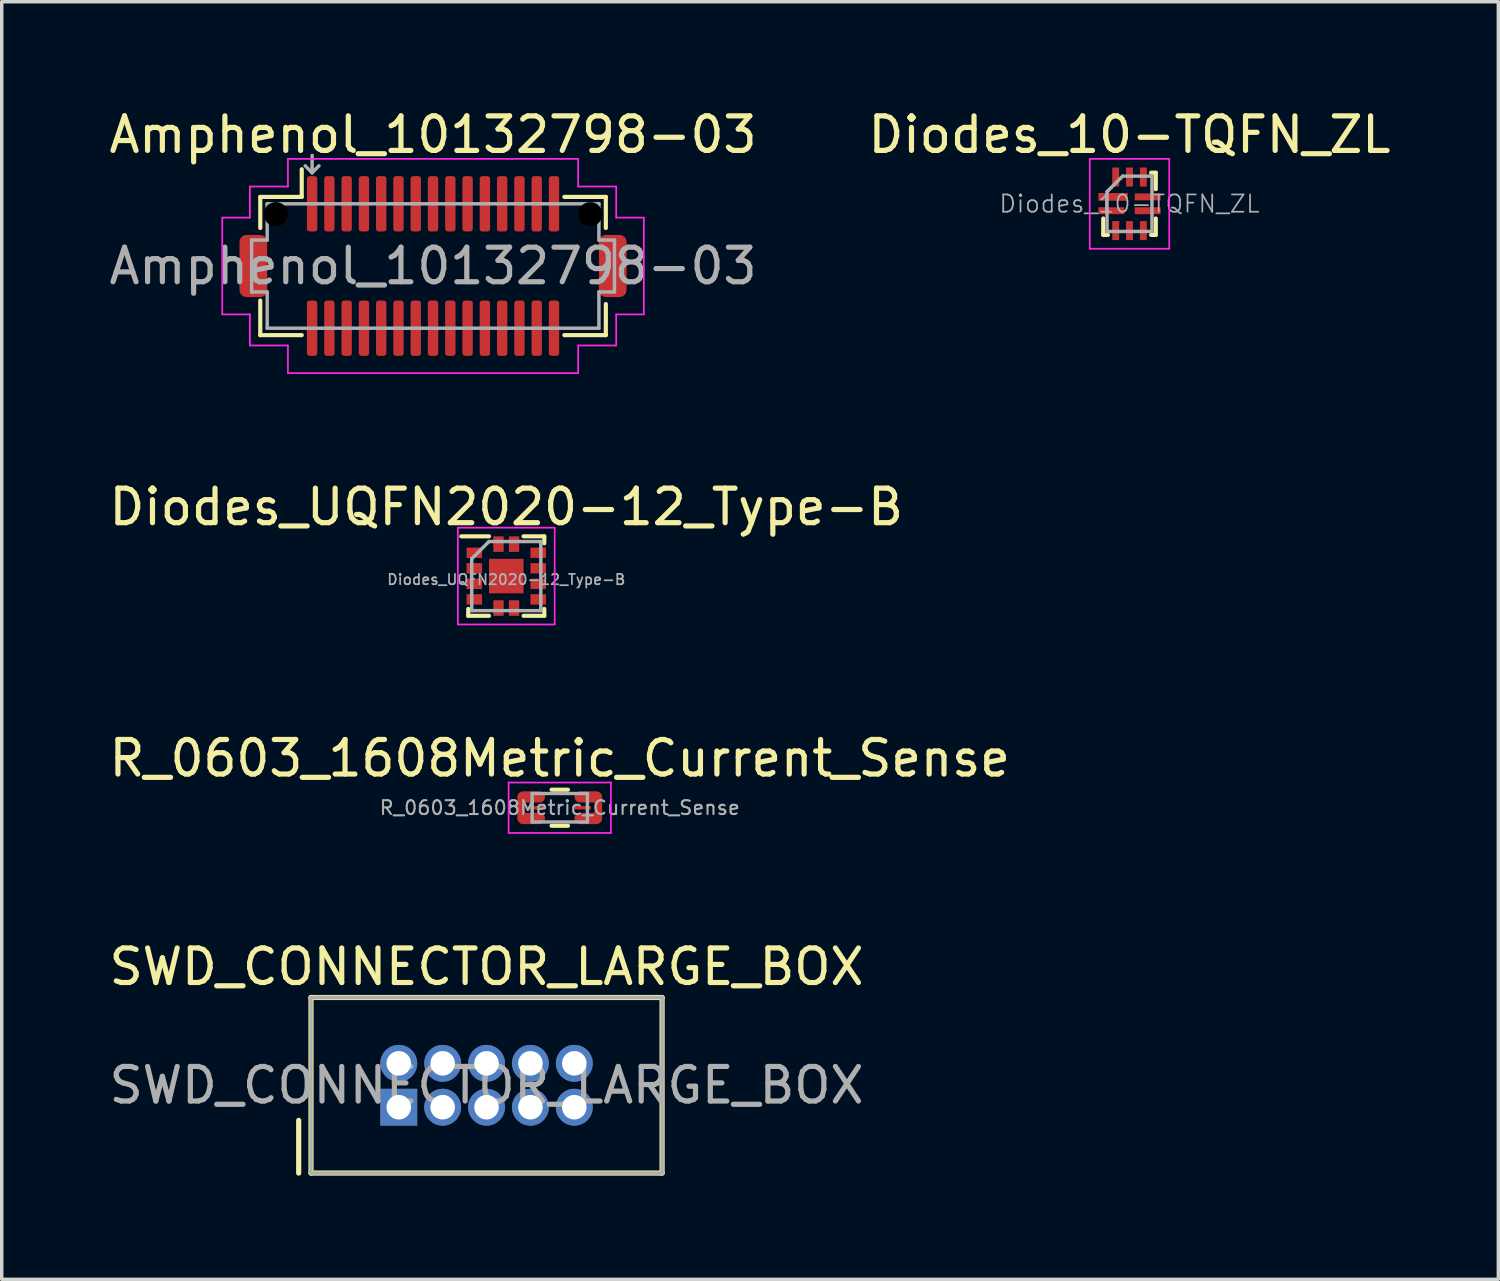
<source format=kicad_pcb>
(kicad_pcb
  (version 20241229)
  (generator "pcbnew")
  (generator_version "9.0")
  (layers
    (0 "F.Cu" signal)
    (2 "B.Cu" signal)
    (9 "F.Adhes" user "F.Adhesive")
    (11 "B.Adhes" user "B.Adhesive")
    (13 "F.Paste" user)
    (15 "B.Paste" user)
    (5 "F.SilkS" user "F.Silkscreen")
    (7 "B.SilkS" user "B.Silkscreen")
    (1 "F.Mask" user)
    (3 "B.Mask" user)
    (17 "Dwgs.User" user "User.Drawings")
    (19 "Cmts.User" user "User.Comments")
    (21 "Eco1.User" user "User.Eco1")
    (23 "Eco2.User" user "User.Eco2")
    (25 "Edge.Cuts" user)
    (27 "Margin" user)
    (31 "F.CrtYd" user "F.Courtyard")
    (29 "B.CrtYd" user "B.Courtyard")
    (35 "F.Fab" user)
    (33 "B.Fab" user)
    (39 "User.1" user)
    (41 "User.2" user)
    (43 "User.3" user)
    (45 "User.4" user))
  (footprint "SWD_CONNECTOR_LARGE_BOX"
    (layer "F.Cu")
    (at 11.03 28.357)
    (property "Reference" "SWD_CONNECTOR_LARGE_BOX" (at 0 -3.429 0) (layer "F.SilkS") (effects (font (size 1 1) (thickness 0.15))))
    (attr through_hole)
    (fp_line (start -5.436 2.54) (end -5.436 1.016) (stroke (width 0.15) (type solid)) (layer "F.SilkS"))
    (fp_line (start -5.08 -2.54) (end -5.08 2.54) (stroke (width 0.15) (type solid)) (layer "F.SilkS"))
    (fp_line (start -5.08 2.54) (end 5.08 2.54) (stroke (width 0.15) (type solid)) (layer "F.SilkS"))
    (fp_line (start 5.08 -2.54) (end -5.08 -2.54) (stroke (width 0.15) (type solid)) (layer "F.SilkS"))
    (fp_line (start 5.08 -2.54) (end 5.08 2.54) (stroke (width 0.15) (type solid)) (layer "F.SilkS"))
    (fp_line (start -5.08 -2.54) (end 5.08 -2.54) (stroke (width 0.1) (type solid)) (layer "F.Fab"))
    (fp_line (start -5.08 2.54) (end -5.08 -2.54) (stroke (width 0.1) (type solid)) (layer "F.Fab"))
    (fp_line (start 5.08 -2.54) (end 5.08 2.54) (stroke (width 0.1) (type solid)) (layer "F.Fab"))
    (fp_line (start 5.08 2.54) (end -5.08 2.54) (stroke (width 0.1) (type solid)) (layer "F.Fab"))
    (fp_text user "${REFERENCE}" (at 0 0 0) (layer "F.Fab") (effects (font (size 1 1) (thickness 0.15))))
    (pad "1" thru_hole rect (at -2.54 0.635) (size 1.067 1.067) (drill 0.711) (layers "*.Cu" "*.Mask"))
    (pad "2" thru_hole circle (at -2.54 -0.635) (size 1.067 1.067) (drill 0.711) (layers "*.Cu" "*.Mask"))
    (pad "3" thru_hole circle (at -1.27 0.635) (size 1.067 1.067) (drill 0.711) (layers "*.Cu" "*.Mask"))
    (pad "4" thru_hole circle (at -1.27 -0.635) (size 1.067 1.067) (drill 0.711) (layers "*.Cu" "*.Mask"))
    (pad "5" thru_hole circle (at 0 0.635) (size 1.067 1.067) (drill 0.711) (layers "*.Cu" "*.Mask"))
    (pad "6" thru_hole circle (at 0 -0.635) (size 1.067 1.067) (drill 0.711) (layers "*.Cu" "*.Mask"))
    (pad "7" thru_hole circle (at 1.27 0.635) (size 1.067 1.067) (drill 0.711) (layers "*.Cu" "*.Mask"))
    (pad "8" thru_hole circle (at 1.27 -0.635) (size 1.067 1.067) (drill 0.711) (layers "*.Cu" "*.Mask"))
    (pad "9" thru_hole circle (at 2.54 0.635) (size 1.067 1.067) (drill 0.711) (layers "*.Cu" "*.Mask"))
    (pad "10" thru_hole circle (at 2.54 -0.635) (size 1.067 1.067) (drill 0.711) (layers "*.Cu" "*.Mask")))
  (footprint "R_0603_1608Metric_Current_Sense"
    (layer "F.Cu")
    (at 13.149 20.325)
    (property "Reference" "R_0603_1608Metric_Current_Sense" (at 0 -1.43 0) (layer "F.SilkS") (effects (font (size 1 1) (thickness 0.15))))
    (attr smd)
    (fp_line (start -0.237 -0.522) (end 0.237 -0.522) (stroke (width 0.12) (type solid)) (layer "F.SilkS"))
    (fp_line (start -0.237 0.522) (end 0.237 0.522) (stroke (width 0.12) (type solid)) (layer "F.SilkS"))
    (fp_line (start -1.48 -0.73) (end 1.48 -0.73) (stroke (width 0.05) (type solid)) (layer "F.CrtYd"))
    (fp_line (start -1.48 0.73) (end -1.48 -0.73) (stroke (width 0.05) (type solid)) (layer "F.CrtYd"))
    (fp_line (start 1.48 -0.73) (end 1.48 0.73) (stroke (width 0.05) (type solid)) (layer "F.CrtYd"))
    (fp_line (start 1.48 0.73) (end -1.48 0.73) (stroke (width 0.05) (type solid)) (layer "F.CrtYd"))
    (fp_line (start -0.8 -0.412) (end 0.8 -0.412) (stroke (width 0.1) (type solid)) (layer "F.Fab"))
    (fp_line (start -0.8 0.412) (end -0.8 -0.412) (stroke (width 0.1) (type solid)) (layer "F.Fab"))
    (fp_line (start 0.8 -0.412) (end 0.8 0.412) (stroke (width 0.1) (type solid)) (layer "F.Fab"))
    (fp_line (start 0.8 0.412) (end -0.8 0.412) (stroke (width 0.1) (type solid)) (layer "F.Fab"))
    (fp_text user "${REFERENCE}" (at 0 0 0) (layer "F.Fab") (effects (font (size 0.4 0.4) (thickness 0.06))))
    (pad "1" smd roundrect (at -1.113 0) (size 0.225 0.84) (layers "F.Cu" "F.Mask" "F.Paste") (roundrect_rratio 0.5))
    (pad "1" smd roundrect (at -0.825 -0.312) (size 0.8 0.325) (layers "F.Cu" "F.Mask" "F.Paste") (roundrect_rratio 0.5))
    (pad "1" smd roundrect (at -0.825 0.312) (size 0.8 0.325) (layers "F.Cu" "F.Mask" "F.Paste") (roundrect_rratio 0.5))
    (pad "2" smd rect (at -0.662 0) (size 0.475 0.1) (layers "F.Cu" "F.Mask" "F.Paste"))
    (pad "3" smd rect (at 0.662 0) (size 0.475 0.1) (layers "F.Cu" "F.Mask" "F.Paste"))
    (pad "4" smd roundrect (at 0.825 -0.312) (size 0.8 0.325) (layers "F.Cu" "F.Mask" "F.Paste") (roundrect_rratio 0.5))
    (pad "4" smd roundrect (at 0.825 0.312) (size 0.8 0.325) (layers "F.Cu" "F.Mask" "F.Paste") (roundrect_rratio 0.5))
    (pad "4" smd roundrect (at 1.113 0) (size 0.225 0.84) (layers "F.Cu" "F.Mask" "F.Paste") (roundrect_rratio 0.5)))
  (footprint "Diodes_10-TQFN_ZL"
    (layer "F.Cu")
    (at 29.637 2.848)
    (property "Reference" "Diodes_10-TQFN_ZL" (at 0 -2 0) (layer "F.SilkS") (effects (font (size 1 1) (thickness 0.15))))
    (attr smd)
    (fp_line (start -0.76 0.9) (end -0.76 0.425) (stroke (width 0.12) (type solid)) (layer "F.SilkS"))
    (fp_line (start -0.625 0.9) (end -0.76 0.9) (stroke (width 0.12) (type solid)) (layer "F.SilkS"))
    (fp_line (start 0.76 -0.9) (end 0.625 -0.9) (stroke (width 0.12) (type solid)) (layer "F.SilkS"))
    (fp_line (start 0.76 -0.425) (end 0.76 -0.9) (stroke (width 0.12) (type solid)) (layer "F.SilkS"))
    (fp_line (start 0.76 0.9) (end 0.625 0.9) (stroke (width 0.12) (type solid)) (layer "F.SilkS"))
    (fp_line (start 0.76 0.9) (end 0.76 0.425) (stroke (width 0.12) (type solid)) (layer "F.SilkS"))
    (fp_line (start -1.15 1.3) (end -1.15 -1.3) (stroke (width 0.05) (type solid)) (layer "F.CrtYd"))
    (fp_line (start -1.15 1.3) (end 1.15 1.3) (stroke (width 0.05) (type solid)) (layer "F.CrtYd"))
    (fp_line (start 1.15 -1.3) (end -1.15 -1.3) (stroke (width 0.05) (type solid)) (layer "F.CrtYd"))
    (fp_line (start 1.15 -1.3) (end 1.15 1.3) (stroke (width 0.05) (type solid)) (layer "F.CrtYd"))
    (fp_line (start -0.65 -0.35) (end -0.65 0.8) (stroke (width 0.1) (type solid)) (layer "F.Fab"))
    (fp_line (start -0.65 0.8) (end 0.65 0.8) (stroke (width 0.1) (type solid)) (layer "F.Fab"))
    (fp_line (start -0.2 -0.8) (end -0.65 -0.35) (stroke (width 0.1) (type solid)) (layer "F.Fab"))
    (fp_line (start 0.65 -0.8) (end -0.2 -0.8) (stroke (width 0.1) (type solid)) (layer "F.Fab"))
    (fp_line (start 0.65 0.8) (end 0.65 -0.8) (stroke (width 0.1) (type solid)) (layer "F.Fab"))
    (fp_text user "${REFERENCE}" (at 0 0 0) (layer "F.Fab") (effects (font (size 0.5 0.5) (thickness 0.05))))
    (pad "1" smd rect (at -0.475 -0.2) (size 0.85 0.225) (layers "F.Cu" "F.Mask" "F.Paste"))
    (pad "2" smd rect (at -0.525 0.2) (size 0.75 0.2) (layers "F.Cu" "F.Mask" "F.Paste"))
    (pad "3" smd rect (at -0.4 0.775 90) (size 0.55 0.2) (layers "F.Cu" "F.Mask" "F.Paste"))
    (pad "4" smd rect (at 0 0.775 90) (size 0.55 0.2) (layers "F.Cu" "F.Mask" "F.Paste"))
    (pad "5" smd rect (at 0.4 0.775 90) (size 0.55 0.2) (layers "F.Cu" "F.Mask" "F.Paste"))
    (pad "6" smd rect (at 0.525 0.2) (size 0.75 0.2) (layers "F.Cu" "F.Mask" "F.Paste"))
    (pad "7" smd rect (at 0.525 -0.2) (size 0.75 0.2) (layers "F.Cu" "F.Mask" "F.Paste"))
    (pad "8" smd rect (at 0.4 -0.775 90) (size 0.55 0.2) (layers "F.Cu" "F.Mask" "F.Paste"))
    (pad "9" smd rect (at 0 -0.775 90) (size 0.55 0.2) (layers "F.Cu" "F.Mask" "F.Paste"))
    (pad "10" smd rect (at -0.4 -0.775 90) (size 0.55 0.2) (layers "F.Cu" "F.Mask" "F.Paste")))
  (footprint "Diodes_UQFN2020-12_Type-B"
    (layer "F.Cu")
    (at 11.601 13.621)
    (property "Reference" "Diodes_UQFN2020-12_Type-B" (at 0 -2 0) (layer "F.SilkS") (effects (font (size 1 1) (thickness 0.15))))
    (attr smd)
    (fp_line (start -1.1 1.15) (end -1.1 0.95) (stroke (width 0.12) (type solid)) (layer "F.SilkS"))
    (fp_line (start -0.5 -1.15) (end -1.3 -1.15) (stroke (width 0.12) (type solid)) (layer "F.SilkS"))
    (fp_line (start -0.5 1.15) (end -1.1 1.15) (stroke (width 0.12) (type solid)) (layer "F.SilkS"))
    (fp_line (start 0.5 -1.15) (end 1.1 -1.15) (stroke (width 0.12) (type solid)) (layer "F.SilkS"))
    (fp_line (start 1.1 -1.15) (end 1.1 -0.95) (stroke (width 0.12) (type solid)) (layer "F.SilkS"))
    (fp_line (start 1.1 0.95) (end 1.1 1.15) (stroke (width 0.12) (type solid)) (layer "F.SilkS"))
    (fp_line (start 1.1 1.15) (end 0.5 1.15) (stroke (width 0.12) (type solid)) (layer "F.SilkS"))
    (fp_line (start -1.4 -1.4) (end -1.4 1.4) (stroke (width 0.05) (type solid)) (layer "F.CrtYd"))
    (fp_line (start -1.4 1.4) (end 1.4 1.4) (stroke (width 0.05) (type solid)) (layer "F.CrtYd"))
    (fp_line (start 1.4 -1.4) (end -1.4 -1.4) (stroke (width 0.05) (type solid)) (layer "F.CrtYd"))
    (fp_line (start 1.4 1.4) (end 1.4 -1.4) (stroke (width 0.05) (type solid)) (layer "F.CrtYd"))
    (fp_line (start -1 1) (end -1 -0.5) (stroke (width 0.1) (type solid)) (layer "F.Fab"))
    (fp_line (start -0.5 -1) (end -1 -0.5) (stroke (width 0.1) (type solid)) (layer "F.Fab"))
    (fp_line (start -0.5 -1) (end 1 -1) (stroke (width 0.1) (type solid)) (layer "F.Fab"))
    (fp_line (start 1 -1) (end 1 1) (stroke (width 0.1) (type solid)) (layer "F.Fab"))
    (fp_line (start 1 1) (end -1 1) (stroke (width 0.1) (type solid)) (layer "F.Fab"))
    (fp_text user "${REFERENCE}" (at 0 0.1 0) (layer "F.Fab") (effects (font (size 0.3 0.3) (thickness 0.05))))
    (pad "1" smd rect (at -0.925 -0.675) (size 0.45 0.3) (layers "F.Cu" "F.Mask" "F.Paste"))
    (pad "2" smd rect (at -0.925 -0.225) (size 0.45 0.3) (layers "F.Cu" "F.Mask" "F.Paste"))
    (pad "3" smd rect (at -0.925 0.225) (size 0.45 0.3) (layers "F.Cu" "F.Mask" "F.Paste"))
    (pad "4" smd rect (at -0.925 0.675) (size 0.45 0.3) (layers "F.Cu" "F.Mask" "F.Paste"))
    (pad "5" smd rect (at -0.225 0.925 90) (size 0.45 0.3) (layers "F.Cu" "F.Mask" "F.Paste"))
    (pad "6" smd rect (at 0.225 0.925 90) (size 0.45 0.3) (layers "F.Cu" "F.Mask" "F.Paste"))
    (pad "7" smd rect (at 0.925 0.675 180) (size 0.45 0.3) (layers "F.Cu" "F.Mask" "F.Paste"))
    (pad "8" smd rect (at 0.925 0.225 180) (size 0.45 0.3) (layers "F.Cu" "F.Mask" "F.Paste"))
    (pad "9" smd rect (at 0.925 -0.225 180) (size 0.45 0.3) (layers "F.Cu" "F.Mask" "F.Paste"))
    (pad "10" smd rect (at 0.925 -0.675 180) (size 0.45 0.3) (layers "F.Cu" "F.Mask" "F.Paste"))
    (pad "11" smd rect (at 0.225 -0.925 270) (size 0.45 0.3) (layers "F.Cu" "F.Mask" "F.Paste"))
    (pad "12" smd rect (at -0.225 -0.925 270) (size 0.45 0.3) (layers "F.Cu" "F.Mask" "F.Paste"))
    (pad "13" smd rect (at 0 0 90) (size 1 1) (layers "F.Cu" "F.Mask" "F.Paste")))
  (footprint "Amphenol_10132798-03"
    (layer "F.Cu")
    (at 9.482 4.648)
    (property "Reference" "Amphenol_10132798-03" (at 0 -3.8 0) (unlocked yes) (layer "F.SilkS") (effects (font (size 1 1) (thickness 0.15))))
    (attr smd)
    (fp_line (start -5 -2) (end -5 -1.1) (stroke (width 0.12) (type solid)) (layer "F.SilkS"))
    (fp_line (start -5 1) (end -5 2) (stroke (width 0.12) (type solid)) (layer "F.SilkS"))
    (fp_line (start -5 2) (end -3.8 2) (stroke (width 0.12) (type solid)) (layer "F.SilkS"))
    (fp_line (start -3.8 -2) (end -5 -2) (stroke (width 0.12) (type solid)) (layer "F.SilkS"))
    (fp_line (start -3.8 -2) (end -3.8 -2.8) (stroke (width 0.12) (type solid)) (layer "F.SilkS"))
    (fp_line (start 3.8 -2) (end 5 -2) (stroke (width 0.12) (type solid)) (layer "F.SilkS"))
    (fp_line (start 5 -2) (end 5 -1.1) (stroke (width 0.12) (type solid)) (layer "F.SilkS"))
    (fp_line (start 5 1.1) (end 5 2) (stroke (width 0.12) (type solid)) (layer "F.SilkS"))
    (fp_line (start 5 2) (end 3.8 2) (stroke (width 0.12) (type solid)) (layer "F.SilkS"))
    (fp_line (start -6.1 -1.4) (end -6.1 1.4) (stroke (width 0.05) (type solid)) (layer "F.CrtYd"))
    (fp_line (start -6.1 1.4) (end -5.3 1.4) (stroke (width 0.05) (type solid)) (layer "F.CrtYd"))
    (fp_line (start -5.3 -2.3) (end -5.3 -1.4) (stroke (width 0.05) (type solid)) (layer "F.CrtYd"))
    (fp_line (start -5.3 -1.4) (end -6.1 -1.4) (stroke (width 0.05) (type solid)) (layer "F.CrtYd"))
    (fp_line (start -5.3 1.4) (end -5.3 2.3) (stroke (width 0.05) (type solid)) (layer "F.CrtYd"))
    (fp_line (start -5.3 2.3) (end -4.2 2.3) (stroke (width 0.05) (type solid)) (layer "F.CrtYd"))
    (fp_line (start -4.2 -3.1) (end -4.2 -2.3) (stroke (width 0.05) (type solid)) (layer "F.CrtYd"))
    (fp_line (start -4.2 -2.3) (end -5.3 -2.3) (stroke (width 0.05) (type solid)) (layer "F.CrtYd"))
    (fp_line (start -4.2 2.3) (end -4.2 3.1) (stroke (width 0.05) (type solid)) (layer "F.CrtYd"))
    (fp_line (start -4.2 3.1) (end 4.2 3.1) (stroke (width 0.05) (type solid)) (layer "F.CrtYd"))
    (fp_line (start 4.2 -3.1) (end -4.2 -3.1) (stroke (width 0.05) (type solid)) (layer "F.CrtYd"))
    (fp_line (start 4.2 -2.3) (end 4.2 -3.1) (stroke (width 0.05) (type solid)) (layer "F.CrtYd"))
    (fp_line (start 4.2 2.3) (end 5.3 2.3) (stroke (width 0.05) (type solid)) (layer "F.CrtYd"))
    (fp_line (start 4.2 3.1) (end 4.2 2.3) (stroke (width 0.05) (type solid)) (layer "F.CrtYd"))
    (fp_line (start 5.3 -2.3) (end 4.2 -2.3) (stroke (width 0.05) (type solid)) (layer "F.CrtYd"))
    (fp_line (start 5.3 -1.4) (end 5.3 -2.3) (stroke (width 0.05) (type solid)) (layer "F.CrtYd"))
    (fp_line (start 5.3 1.4) (end 6.1 1.4) (stroke (width 0.05) (type solid)) (layer "F.CrtYd"))
    (fp_line (start 5.3 2.3) (end 5.3 1.4) (stroke (width 0.05) (type solid)) (layer "F.CrtYd"))
    (fp_line (start 6.1 -1.4) (end 5.3 -1.4) (stroke (width 0.05) (type solid)) (layer "F.CrtYd"))
    (fp_line (start 6.1 1.4) (end 6.1 -1.4) (stroke (width 0.05) (type solid)) (layer "F.CrtYd"))
    (fp_line (start -5.25 0.75) (end -5.25 -0.75) (stroke (width 0.1) (type solid)) (layer "F.Fab"))
    (fp_line (start -4.8 -1.8) (end -4.8 -0.75) (stroke (width 0.1) (type solid)) (layer "F.Fab"))
    (fp_line (start -4.8 -1.8) (end 4.8 -1.8) (stroke (width 0.1) (type solid)) (layer "F.Fab"))
    (fp_line (start -4.8 -0.75) (end -5.25 -0.75) (stroke (width 0.1) (type solid)) (layer "F.Fab"))
    (fp_line (start -4.8 0.75) (end -5.25 0.75) (stroke (width 0.1) (type solid)) (layer "F.Fab"))
    (fp_line (start -4.8 1.8) (end -4.8 0.75) (stroke (width 0.1) (type solid)) (layer "F.Fab"))
    (fp_line (start -4.8 1.8) (end 4.8 1.8) (stroke (width 0.1) (type solid)) (layer "F.Fab"))
    (fp_line (start -3.5 -2.7) (end -3.7 -2.9) (stroke (width 0.1) (type solid)) (layer "F.Fab"))
    (fp_line (start -3.5 -2.7) (end -3.5 -3.2) (stroke (width 0.1) (type solid)) (layer "F.Fab"))
    (fp_line (start -3.5 -2.7) (end -3.3 -2.9) (stroke (width 0.1) (type solid)) (layer "F.Fab"))
    (fp_line (start 4.8 -1.8) (end 4.8 -0.75) (stroke (width 0.1) (type solid)) (layer "F.Fab"))
    (fp_line (start 4.8 -0.75) (end 5.25 -0.75) (stroke (width 0.1) (type solid)) (layer "F.Fab"))
    (fp_line (start 4.8 0.75) (end 5.25 0.75) (stroke (width 0.1) (type solid)) (layer "F.Fab"))
    (fp_line (start 4.8 1.8) (end 4.8 0.75) (stroke (width 0.1) (type solid)) (layer "F.Fab"))
    (fp_line (start 5.25 0.75) (end 5.25 -0.75) (stroke (width 0.1) (type solid)) (layer "F.Fab"))
    (fp_text user "${REFERENCE}" (at 0 0 0) (layer "F.Fab") (effects (font (size 1 1) (thickness 0.15))))
    (pad "" np_thru_hole circle (at -4.55 -1.5) (size 0.7 0.7) (drill 0.7) (layers "*.Mask"))
    (pad "" np_thru_hole circle (at 4.55 -1.5) (size 0.7 0.7) (drill 0.7) (layers "*.Mask"))
    (pad "1" smd roundrect (at -3.5 -1.8 90) (size 1.6 0.3) (layers "F.Cu" "F.Mask" "F.Paste") (roundrect_rratio 0.25))
    (pad "2" smd roundrect (at -3 -1.8 90) (size 1.6 0.3) (layers "F.Cu" "F.Mask" "F.Paste") (roundrect_rratio 0.25))
    (pad "3" smd roundrect (at -2.5 -1.8 90) (size 1.6 0.3) (layers "F.Cu" "F.Mask" "F.Paste") (roundrect_rratio 0.25))
    (pad "4" smd roundrect (at -2 -1.8 90) (size 1.6 0.3) (layers "F.Cu" "F.Mask" "F.Paste") (roundrect_rratio 0.25))
    (pad "5" smd roundrect (at -1.5 -1.8 90) (size 1.6 0.3) (layers "F.Cu" "F.Mask" "F.Paste") (roundrect_rratio 0.25))
    (pad "6" smd roundrect (at -1 -1.8 90) (size 1.6 0.3) (layers "F.Cu" "F.Mask" "F.Paste") (roundrect_rratio 0.25))
    (pad "7" smd roundrect (at -0.5 -1.8 90) (size 1.6 0.3) (layers "F.Cu" "F.Mask" "F.Paste") (roundrect_rratio 0.25))
    (pad "8" smd roundrect (at 0 -1.8 90) (size 1.6 0.3) (layers "F.Cu" "F.Mask" "F.Paste") (roundrect_rratio 0.25))
    (pad "9" smd roundrect (at 0.5 -1.8 90) (size 1.6 0.3) (layers "F.Cu" "F.Mask" "F.Paste") (roundrect_rratio 0.25))
    (pad "10" smd roundrect (at 1 -1.8 90) (size 1.6 0.3) (layers "F.Cu" "F.Mask" "F.Paste") (roundrect_rratio 0.25))
    (pad "11" smd roundrect (at 1.5 -1.8 90) (size 1.6 0.3) (layers "F.Cu" "F.Mask" "F.Paste") (roundrect_rratio 0.25))
    (pad "12" smd roundrect (at 2 -1.8 90) (size 1.6 0.3) (layers "F.Cu" "F.Mask" "F.Paste") (roundrect_rratio 0.25))
    (pad "13" smd roundrect (at 2.5 -1.8 90) (size 1.6 0.3) (layers "F.Cu" "F.Mask" "F.Paste") (roundrect_rratio 0.25))
    (pad "14" smd roundrect (at 3 -1.8 90) (size 1.6 0.3) (layers "F.Cu" "F.Mask" "F.Paste") (roundrect_rratio 0.25))
    (pad "15" smd roundrect (at 3.5 -1.8 90) (size 1.6 0.3) (layers "F.Cu" "F.Mask" "F.Paste") (roundrect_rratio 0.25))
    (pad "16" smd roundrect (at 3.5 1.8 90) (size 1.6 0.3) (layers "F.Cu" "F.Mask" "F.Paste") (roundrect_rratio 0.25))
    (pad "17" smd roundrect (at 3 1.8 90) (size 1.6 0.3) (layers "F.Cu" "F.Mask" "F.Paste") (roundrect_rratio 0.25))
    (pad "18" smd roundrect (at 2.5 1.8 90) (size 1.6 0.3) (layers "F.Cu" "F.Mask" "F.Paste") (roundrect_rratio 0.25))
    (pad "19" smd roundrect (at 2 1.8 90) (size 1.6 0.3) (layers "F.Cu" "F.Mask" "F.Paste") (roundrect_rratio 0.25))
    (pad "20" smd roundrect (at 1.5 1.8 90) (size 1.6 0.3) (layers "F.Cu" "F.Mask" "F.Paste") (roundrect_rratio 0.25))
    (pad "21" smd roundrect (at 1 1.8 90) (size 1.6 0.3) (layers "F.Cu" "F.Mask" "F.Paste") (roundrect_rratio 0.25))
    (pad "22" smd roundrect (at 0.5 1.8 90) (size 1.6 0.3) (layers "F.Cu" "F.Mask" "F.Paste") (roundrect_rratio 0.25))
    (pad "23" smd roundrect (at 0 1.8 90) (size 1.6 0.3) (layers "F.Cu" "F.Mask" "F.Paste") (roundrect_rratio 0.25))
    (pad "24" smd roundrect (at -0.5 1.8 90) (size 1.6 0.3) (layers "F.Cu" "F.Mask" "F.Paste") (roundrect_rratio 0.25))
    (pad "25" smd roundrect (at -1 1.8 90) (size 1.6 0.3) (layers "F.Cu" "F.Mask" "F.Paste") (roundrect_rratio 0.25))
    (pad "26" smd roundrect (at -1.5 1.8 90) (size 1.6 0.3) (layers "F.Cu" "F.Mask" "F.Paste") (roundrect_rratio 0.25))
    (pad "27" smd roundrect (at -2 1.8 90) (size 1.6 0.3) (layers "F.Cu" "F.Mask" "F.Paste") (roundrect_rratio 0.25))
    (pad "28" smd roundrect (at -2.5 1.8 90) (size 1.6 0.3) (layers "F.Cu" "F.Mask" "F.Paste") (roundrect_rratio 0.25))
    (pad "29" smd roundrect (at -3 1.8 90) (size 1.6 0.3) (layers "F.Cu" "F.Mask" "F.Paste") (roundrect_rratio 0.25))
    (pad "30" smd roundrect (at -3.5 1.8 90) (size 1.6 0.3) (layers "F.Cu" "F.Mask" "F.Paste") (roundrect_rratio 0.25))
    (pad "31" smd roundrect (at -5.2 0 90) (size 1.8 0.8) (layers "F.Cu" "F.Mask" "F.Paste") (roundrect_rratio 0.25))
    (pad "31" smd roundrect (at 5.2 0 90) (size 1.8 0.8) (layers "F.Cu" "F.Mask" "F.Paste") (roundrect_rratio 0.25)))
  (gr_rect
    (start -3 -3)
    (end 40.31 33.972)
    (stroke (width 0.1) (type default))
    (fill no)
    (layer "Edge.Cuts")))
</source>
